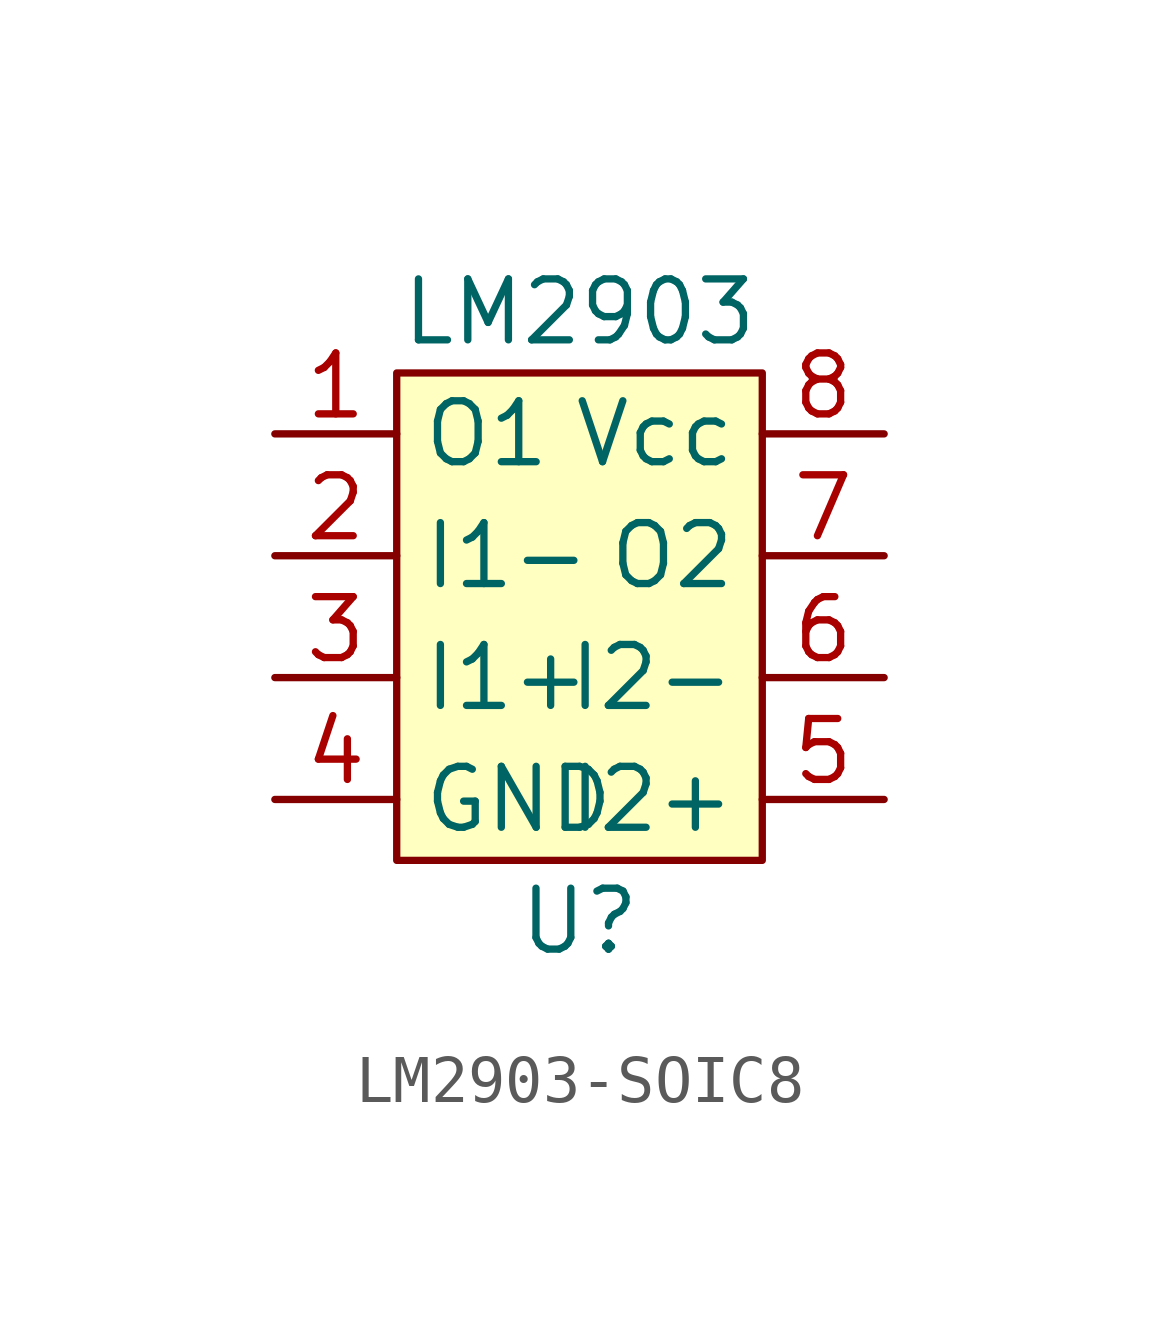
<source format=kicad_sym>
(kicad_symbol_lib
  (version 20241209)
  (generator "kicad_symbol_editor")
  (generator_version "9.0")
  (symbol "LM2903-SOIC8"
    (property "Reference" "U"
      (at 0 -6.35 0)
      (effects (font (size 1.27 1.27))))
    (property "Value" "LM2903"
      (at 0 6.35 0)
      (effects (font (size 1.27 1.27))))
    (symbol "LM2903-SOIC8_1_1"
      (rectangle (start -3.81 5.08) (end 3.81 -5.08) (stroke (width 0) (type default)) (fill (type background)))
      (pin bidirectional line (at -6.35 3.81 0) (length 2.54) (name "O1" (effects (font (size 1.27 1.27)))) (number "1" (effects (font (size 1.27 1.27)))))
      (pin bidirectional line (at -6.35 1.27 0) (length 2.54) (name "I1-" (effects (font (size 1.27 1.27)))) (number "2" (effects (font (size 1.27 1.27)))))
      (pin bidirectional line (at -6.35 -1.27 0) (length 2.54) (name "I1+" (effects (font (size 1.27 1.27)))) (number "3" (effects (font (size 1.27 1.27)))))
      (pin bidirectional line (at -6.35 -3.81 0) (length 2.54) (name "GND" (effects (font (size 1.27 1.27)))) (number "4" (effects (font (size 1.27 1.27)))))
      (pin bidirectional line (at 6.35 3.81 180) (length 2.54) (name "Vcc" (effects (font (size 1.27 1.27)))) (number "8" (effects (font (size 1.27 1.27)))))
      (pin bidirectional line (at 6.35 1.27 180) (length 2.54) (name "O2" (effects (font (size 1.27 1.27)))) (number "7" (effects (font (size 1.27 1.27)))))
      (pin bidirectional line (at 6.35 -1.27 180) (length 2.54) (name "I2-" (effects (font (size 1.27 1.27)))) (number "6" (effects (font (size 1.27 1.27)))))
      (pin bidirectional line (at 6.35 -3.81 180) (length 2.54) (name "I2+" (effects (font (size 1.27 1.27)))) (number "5" (effects (font (size 1.27 1.27))))))))
</source>
